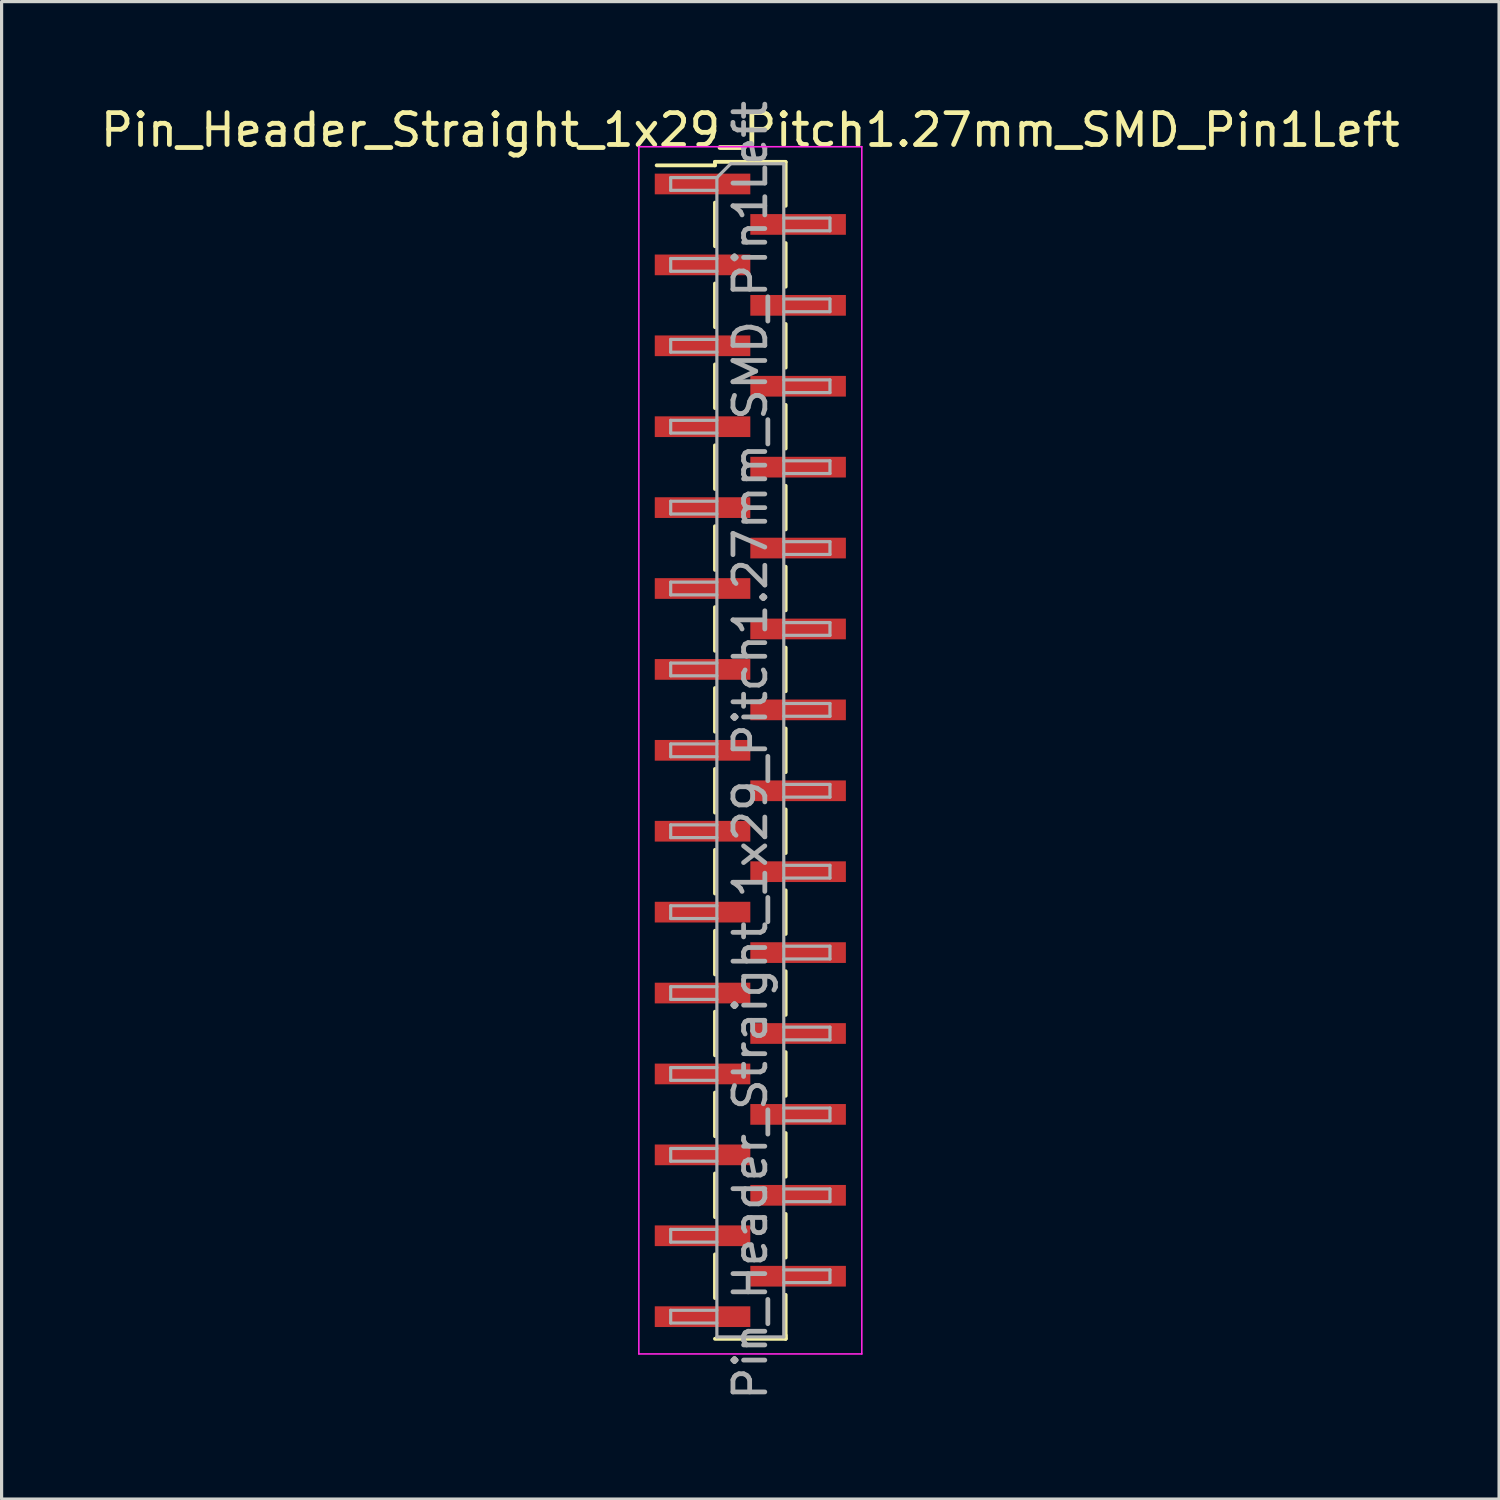
<source format=kicad_pcb>
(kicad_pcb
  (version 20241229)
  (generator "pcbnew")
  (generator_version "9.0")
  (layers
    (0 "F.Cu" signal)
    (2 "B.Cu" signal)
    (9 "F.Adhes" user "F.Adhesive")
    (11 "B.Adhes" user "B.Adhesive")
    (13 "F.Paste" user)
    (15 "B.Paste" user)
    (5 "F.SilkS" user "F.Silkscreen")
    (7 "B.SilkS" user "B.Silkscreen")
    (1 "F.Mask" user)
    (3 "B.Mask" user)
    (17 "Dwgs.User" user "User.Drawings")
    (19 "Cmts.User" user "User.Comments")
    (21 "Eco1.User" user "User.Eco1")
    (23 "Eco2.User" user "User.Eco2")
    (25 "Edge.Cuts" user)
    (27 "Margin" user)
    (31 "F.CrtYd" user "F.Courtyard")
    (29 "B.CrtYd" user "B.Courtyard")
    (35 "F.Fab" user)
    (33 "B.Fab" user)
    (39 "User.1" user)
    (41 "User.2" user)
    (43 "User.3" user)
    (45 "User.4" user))
  (footprint "Pin_Header_Straight_1x29_Pitch1.27mm_SMD_Pin1Left"
    (layer "F.Cu")
    (at 20.506 20.506)
    (property "Reference" "Pin_Header_Straight_1x29_Pitch1.27mm_SMD_Pin1Left" (at 0 -19.475 0) (layer "F.SilkS") (effects (font (size 1 1) (thickness 0.15))))
    (attr smd)
    (fp_line (start -1.11 -18.475) (end -1.11 -18.365) (stroke (width 0.12) (type solid)) (layer "F.SilkS"))
    (fp_line (start -1.11 -18.475) (end 1.11 -18.475) (stroke (width 0.12) (type solid)) (layer "F.SilkS"))
    (fp_line (start -1.11 -18.365) (end -2.94 -18.365) (stroke (width 0.12) (type solid)) (layer "F.SilkS"))
    (fp_line (start -1.11 -17.195) (end -1.11 -15.825) (stroke (width 0.12) (type solid)) (layer "F.SilkS"))
    (fp_line (start -1.11 -14.655) (end -1.11 -13.285) (stroke (width 0.12) (type solid)) (layer "F.SilkS"))
    (fp_line (start -1.11 -12.115) (end -1.11 -10.745) (stroke (width 0.12) (type solid)) (layer "F.SilkS"))
    (fp_line (start -1.11 -9.575) (end -1.11 -8.205) (stroke (width 0.12) (type solid)) (layer "F.SilkS"))
    (fp_line (start -1.11 -7.035) (end -1.11 -5.665) (stroke (width 0.12) (type solid)) (layer "F.SilkS"))
    (fp_line (start -1.11 -4.495) (end -1.11 -3.125) (stroke (width 0.12) (type solid)) (layer "F.SilkS"))
    (fp_line (start -1.11 -1.955) (end -1.11 -0.585) (stroke (width 0.12) (type solid)) (layer "F.SilkS"))
    (fp_line (start -1.11 0.585) (end -1.11 1.955) (stroke (width 0.12) (type solid)) (layer "F.SilkS"))
    (fp_line (start -1.11 3.125) (end -1.11 4.495) (stroke (width 0.12) (type solid)) (layer "F.SilkS"))
    (fp_line (start -1.11 5.665) (end -1.11 7.035) (stroke (width 0.12) (type solid)) (layer "F.SilkS"))
    (fp_line (start -1.11 8.205) (end -1.11 9.575) (stroke (width 0.12) (type solid)) (layer "F.SilkS"))
    (fp_line (start -1.11 10.745) (end -1.11 12.115) (stroke (width 0.12) (type solid)) (layer "F.SilkS"))
    (fp_line (start -1.11 13.285) (end -1.11 14.655) (stroke (width 0.12) (type solid)) (layer "F.SilkS"))
    (fp_line (start -1.11 15.825) (end -1.11 17.195) (stroke (width 0.12) (type solid)) (layer "F.SilkS"))
    (fp_line (start -1.11 18.475) (end 1.11 18.475) (stroke (width 0.12) (type solid)) (layer "F.SilkS"))
    (fp_line (start 1.11 -18.465) (end 1.11 -17.095) (stroke (width 0.12) (type solid)) (layer "F.SilkS"))
    (fp_line (start 1.11 -15.925) (end 1.11 -14.555) (stroke (width 0.12) (type solid)) (layer "F.SilkS"))
    (fp_line (start 1.11 -13.385) (end 1.11 -12.015) (stroke (width 0.12) (type solid)) (layer "F.SilkS"))
    (fp_line (start 1.11 -10.845) (end 1.11 -9.475) (stroke (width 0.12) (type solid)) (layer "F.SilkS"))
    (fp_line (start 1.11 -8.305) (end 1.11 -6.935) (stroke (width 0.12) (type solid)) (layer "F.SilkS"))
    (fp_line (start 1.11 -5.765) (end 1.11 -4.395) (stroke (width 0.12) (type solid)) (layer "F.SilkS"))
    (fp_line (start 1.11 -3.225) (end 1.11 -1.855) (stroke (width 0.12) (type solid)) (layer "F.SilkS"))
    (fp_line (start 1.11 -0.685) (end 1.11 0.685) (stroke (width 0.12) (type solid)) (layer "F.SilkS"))
    (fp_line (start 1.11 1.855) (end 1.11 3.225) (stroke (width 0.12) (type solid)) (layer "F.SilkS"))
    (fp_line (start 1.11 4.395) (end 1.11 5.765) (stroke (width 0.12) (type solid)) (layer "F.SilkS"))
    (fp_line (start 1.11 6.935) (end 1.11 8.305) (stroke (width 0.12) (type solid)) (layer "F.SilkS"))
    (fp_line (start 1.11 9.475) (end 1.11 10.845) (stroke (width 0.12) (type solid)) (layer "F.SilkS"))
    (fp_line (start 1.11 12.015) (end 1.11 13.385) (stroke (width 0.12) (type solid)) (layer "F.SilkS"))
    (fp_line (start 1.11 14.555) (end 1.11 15.925) (stroke (width 0.12) (type solid)) (layer "F.SilkS"))
    (fp_line (start 1.11 17.095) (end 1.11 18.465) (stroke (width 0.12) (type solid)) (layer "F.SilkS"))
    (fp_line (start 1.11 18.365) (end 1.11 18.475) (stroke (width 0.12) (type solid)) (layer "F.SilkS"))
    (fp_line (start -3.5 -18.95) (end -3.5 18.95) (stroke (width 0.05) (type solid)) (layer "F.CrtYd"))
    (fp_line (start -3.5 18.95) (end 3.5 18.95) (stroke (width 0.05) (type solid)) (layer "F.CrtYd"))
    (fp_line (start 3.5 -18.95) (end -3.5 -18.95) (stroke (width 0.05) (type solid)) (layer "F.CrtYd"))
    (fp_line (start 3.5 18.95) (end 3.5 -18.95) (stroke (width 0.05) (type solid)) (layer "F.CrtYd"))
    (fp_line (start -2.5 -17.98) (end -2.5 -17.58) (stroke (width 0.1) (type solid)) (layer "F.Fab"))
    (fp_line (start -2.5 -17.58) (end -1.05 -17.58) (stroke (width 0.1) (type solid)) (layer "F.Fab"))
    (fp_line (start -2.5 -15.44) (end -2.5 -15.04) (stroke (width 0.1) (type solid)) (layer "F.Fab"))
    (fp_line (start -2.5 -15.04) (end -1.05 -15.04) (stroke (width 0.1) (type solid)) (layer "F.Fab"))
    (fp_line (start -2.5 -12.9) (end -2.5 -12.5) (stroke (width 0.1) (type solid)) (layer "F.Fab"))
    (fp_line (start -2.5 -12.5) (end -1.05 -12.5) (stroke (width 0.1) (type solid)) (layer "F.Fab"))
    (fp_line (start -2.5 -10.36) (end -2.5 -9.96) (stroke (width 0.1) (type solid)) (layer "F.Fab"))
    (fp_line (start -2.5 -9.96) (end -1.05 -9.96) (stroke (width 0.1) (type solid)) (layer "F.Fab"))
    (fp_line (start -2.5 -7.82) (end -2.5 -7.42) (stroke (width 0.1) (type solid)) (layer "F.Fab"))
    (fp_line (start -2.5 -7.42) (end -1.05 -7.42) (stroke (width 0.1) (type solid)) (layer "F.Fab"))
    (fp_line (start -2.5 -5.28) (end -2.5 -4.88) (stroke (width 0.1) (type solid)) (layer "F.Fab"))
    (fp_line (start -2.5 -4.88) (end -1.05 -4.88) (stroke (width 0.1) (type solid)) (layer "F.Fab"))
    (fp_line (start -2.5 -2.74) (end -2.5 -2.34) (stroke (width 0.1) (type solid)) (layer "F.Fab"))
    (fp_line (start -2.5 -2.34) (end -1.05 -2.34) (stroke (width 0.1) (type solid)) (layer "F.Fab"))
    (fp_line (start -2.5 -0.2) (end -2.5 0.2) (stroke (width 0.1) (type solid)) (layer "F.Fab"))
    (fp_line (start -2.5 0.2) (end -1.05 0.2) (stroke (width 0.1) (type solid)) (layer "F.Fab"))
    (fp_line (start -2.5 2.34) (end -2.5 2.74) (stroke (width 0.1) (type solid)) (layer "F.Fab"))
    (fp_line (start -2.5 2.74) (end -1.05 2.74) (stroke (width 0.1) (type solid)) (layer "F.Fab"))
    (fp_line (start -2.5 4.88) (end -2.5 5.28) (stroke (width 0.1) (type solid)) (layer "F.Fab"))
    (fp_line (start -2.5 5.28) (end -1.05 5.28) (stroke (width 0.1) (type solid)) (layer "F.Fab"))
    (fp_line (start -2.5 7.42) (end -2.5 7.82) (stroke (width 0.1) (type solid)) (layer "F.Fab"))
    (fp_line (start -2.5 7.82) (end -1.05 7.82) (stroke (width 0.1) (type solid)) (layer "F.Fab"))
    (fp_line (start -2.5 9.96) (end -2.5 10.36) (stroke (width 0.1) (type solid)) (layer "F.Fab"))
    (fp_line (start -2.5 10.36) (end -1.05 10.36) (stroke (width 0.1) (type solid)) (layer "F.Fab"))
    (fp_line (start -2.5 12.5) (end -2.5 12.9) (stroke (width 0.1) (type solid)) (layer "F.Fab"))
    (fp_line (start -2.5 12.9) (end -1.05 12.9) (stroke (width 0.1) (type solid)) (layer "F.Fab"))
    (fp_line (start -2.5 15.04) (end -2.5 15.44) (stroke (width 0.1) (type solid)) (layer "F.Fab"))
    (fp_line (start -2.5 15.44) (end -1.05 15.44) (stroke (width 0.1) (type solid)) (layer "F.Fab"))
    (fp_line (start -2.5 17.58) (end -2.5 17.98) (stroke (width 0.1) (type solid)) (layer "F.Fab"))
    (fp_line (start -2.5 17.98) (end -1.05 17.98) (stroke (width 0.1) (type solid)) (layer "F.Fab"))
    (fp_line (start -1.05 -17.98) (end -2.5 -17.98) (stroke (width 0.1) (type solid)) (layer "F.Fab"))
    (fp_line (start -1.05 -17.98) (end -0.615 -18.415) (stroke (width 0.1) (type solid)) (layer "F.Fab"))
    (fp_line (start -1.05 -15.44) (end -2.5 -15.44) (stroke (width 0.1) (type solid)) (layer "F.Fab"))
    (fp_line (start -1.05 -12.9) (end -2.5 -12.9) (stroke (width 0.1) (type solid)) (layer "F.Fab"))
    (fp_line (start -1.05 -10.36) (end -2.5 -10.36) (stroke (width 0.1) (type solid)) (layer "F.Fab"))
    (fp_line (start -1.05 -7.82) (end -2.5 -7.82) (stroke (width 0.1) (type solid)) (layer "F.Fab"))
    (fp_line (start -1.05 -5.28) (end -2.5 -5.28) (stroke (width 0.1) (type solid)) (layer "F.Fab"))
    (fp_line (start -1.05 -2.74) (end -2.5 -2.74) (stroke (width 0.1) (type solid)) (layer "F.Fab"))
    (fp_line (start -1.05 -0.2) (end -2.5 -0.2) (stroke (width 0.1) (type solid)) (layer "F.Fab"))
    (fp_line (start -1.05 2.34) (end -2.5 2.34) (stroke (width 0.1) (type solid)) (layer "F.Fab"))
    (fp_line (start -1.05 4.88) (end -2.5 4.88) (stroke (width 0.1) (type solid)) (layer "F.Fab"))
    (fp_line (start -1.05 7.42) (end -2.5 7.42) (stroke (width 0.1) (type solid)) (layer "F.Fab"))
    (fp_line (start -1.05 9.96) (end -2.5 9.96) (stroke (width 0.1) (type solid)) (layer "F.Fab"))
    (fp_line (start -1.05 12.5) (end -2.5 12.5) (stroke (width 0.1) (type solid)) (layer "F.Fab"))
    (fp_line (start -1.05 15.04) (end -2.5 15.04) (stroke (width 0.1) (type solid)) (layer "F.Fab"))
    (fp_line (start -1.05 17.58) (end -2.5 17.58) (stroke (width 0.1) (type solid)) (layer "F.Fab"))
    (fp_line (start -1.05 18.415) (end -1.05 -17.98) (stroke (width 0.1) (type solid)) (layer "F.Fab"))
    (fp_line (start -0.615 -18.415) (end 1.05 -18.415) (stroke (width 0.1) (type solid)) (layer "F.Fab"))
    (fp_line (start 1.05 -18.415) (end 1.05 18.415) (stroke (width 0.1) (type solid)) (layer "F.Fab"))
    (fp_line (start 1.05 -16.71) (end 2.5 -16.71) (stroke (width 0.1) (type solid)) (layer "F.Fab"))
    (fp_line (start 1.05 -14.17) (end 2.5 -14.17) (stroke (width 0.1) (type solid)) (layer "F.Fab"))
    (fp_line (start 1.05 -11.63) (end 2.5 -11.63) (stroke (width 0.1) (type solid)) (layer "F.Fab"))
    (fp_line (start 1.05 -9.09) (end 2.5 -9.09) (stroke (width 0.1) (type solid)) (layer "F.Fab"))
    (fp_line (start 1.05 -6.55) (end 2.5 -6.55) (stroke (width 0.1) (type solid)) (layer "F.Fab"))
    (fp_line (start 1.05 -4.01) (end 2.5 -4.01) (stroke (width 0.1) (type solid)) (layer "F.Fab"))
    (fp_line (start 1.05 -1.47) (end 2.5 -1.47) (stroke (width 0.1) (type solid)) (layer "F.Fab"))
    (fp_line (start 1.05 1.07) (end 2.5 1.07) (stroke (width 0.1) (type solid)) (layer "F.Fab"))
    (fp_line (start 1.05 3.61) (end 2.5 3.61) (stroke (width 0.1) (type solid)) (layer "F.Fab"))
    (fp_line (start 1.05 6.15) (end 2.5 6.15) (stroke (width 0.1) (type solid)) (layer "F.Fab"))
    (fp_line (start 1.05 8.69) (end 2.5 8.69) (stroke (width 0.1) (type solid)) (layer "F.Fab"))
    (fp_line (start 1.05 11.23) (end 2.5 11.23) (stroke (width 0.1) (type solid)) (layer "F.Fab"))
    (fp_line (start 1.05 13.77) (end 2.5 13.77) (stroke (width 0.1) (type solid)) (layer "F.Fab"))
    (fp_line (start 1.05 16.31) (end 2.5 16.31) (stroke (width 0.1) (type solid)) (layer "F.Fab"))
    (fp_line (start 1.05 18.415) (end -1.05 18.415) (stroke (width 0.1) (type solid)) (layer "F.Fab"))
    (fp_line (start 2.5 -16.71) (end 2.5 -16.31) (stroke (width 0.1) (type solid)) (layer "F.Fab"))
    (fp_line (start 2.5 -16.31) (end 1.05 -16.31) (stroke (width 0.1) (type solid)) (layer "F.Fab"))
    (fp_line (start 2.5 -14.17) (end 2.5 -13.77) (stroke (width 0.1) (type solid)) (layer "F.Fab"))
    (fp_line (start 2.5 -13.77) (end 1.05 -13.77) (stroke (width 0.1) (type solid)) (layer "F.Fab"))
    (fp_line (start 2.5 -11.63) (end 2.5 -11.23) (stroke (width 0.1) (type solid)) (layer "F.Fab"))
    (fp_line (start 2.5 -11.23) (end 1.05 -11.23) (stroke (width 0.1) (type solid)) (layer "F.Fab"))
    (fp_line (start 2.5 -9.09) (end 2.5 -8.69) (stroke (width 0.1) (type solid)) (layer "F.Fab"))
    (fp_line (start 2.5 -8.69) (end 1.05 -8.69) (stroke (width 0.1) (type solid)) (layer "F.Fab"))
    (fp_line (start 2.5 -6.55) (end 2.5 -6.15) (stroke (width 0.1) (type solid)) (layer "F.Fab"))
    (fp_line (start 2.5 -6.15) (end 1.05 -6.15) (stroke (width 0.1) (type solid)) (layer "F.Fab"))
    (fp_line (start 2.5 -4.01) (end 2.5 -3.61) (stroke (width 0.1) (type solid)) (layer "F.Fab"))
    (fp_line (start 2.5 -3.61) (end 1.05 -3.61) (stroke (width 0.1) (type solid)) (layer "F.Fab"))
    (fp_line (start 2.5 -1.47) (end 2.5 -1.07) (stroke (width 0.1) (type solid)) (layer "F.Fab"))
    (fp_line (start 2.5 -1.07) (end 1.05 -1.07) (stroke (width 0.1) (type solid)) (layer "F.Fab"))
    (fp_line (start 2.5 1.07) (end 2.5 1.47) (stroke (width 0.1) (type solid)) (layer "F.Fab"))
    (fp_line (start 2.5 1.47) (end 1.05 1.47) (stroke (width 0.1) (type solid)) (layer "F.Fab"))
    (fp_line (start 2.5 3.61) (end 2.5 4.01) (stroke (width 0.1) (type solid)) (layer "F.Fab"))
    (fp_line (start 2.5 4.01) (end 1.05 4.01) (stroke (width 0.1) (type solid)) (layer "F.Fab"))
    (fp_line (start 2.5 6.15) (end 2.5 6.55) (stroke (width 0.1) (type solid)) (layer "F.Fab"))
    (fp_line (start 2.5 6.55) (end 1.05 6.55) (stroke (width 0.1) (type solid)) (layer "F.Fab"))
    (fp_line (start 2.5 8.69) (end 2.5 9.09) (stroke (width 0.1) (type solid)) (layer "F.Fab"))
    (fp_line (start 2.5 9.09) (end 1.05 9.09) (stroke (width 0.1) (type solid)) (layer "F.Fab"))
    (fp_line (start 2.5 11.23) (end 2.5 11.63) (stroke (width 0.1) (type solid)) (layer "F.Fab"))
    (fp_line (start 2.5 11.63) (end 1.05 11.63) (stroke (width 0.1) (type solid)) (layer "F.Fab"))
    (fp_line (start 2.5 13.77) (end 2.5 14.17) (stroke (width 0.1) (type solid)) (layer "F.Fab"))
    (fp_line (start 2.5 14.17) (end 1.05 14.17) (stroke (width 0.1) (type solid)) (layer "F.Fab"))
    (fp_line (start 2.5 16.31) (end 2.5 16.71) (stroke (width 0.1) (type solid)) (layer "F.Fab"))
    (fp_line (start 2.5 16.71) (end 1.05 16.71) (stroke (width 0.1) (type solid)) (layer "F.Fab"))
    (fp_text user "${REFERENCE}" (at 0 0 90) (layer "F.Fab") (effects (font (size 1 1) (thickness 0.15))))
    (pad "1" smd rect (at -1.5 -17.78) (size 3 0.65) (layers "F.Cu" "F.Mask" "F.Paste"))
    (pad "2" smd rect (at 1.5 -16.51) (size 3 0.65) (layers "F.Cu" "F.Mask" "F.Paste"))
    (pad "3" smd rect (at -1.5 -15.24) (size 3 0.65) (layers "F.Cu" "F.Mask" "F.Paste"))
    (pad "4" smd rect (at 1.5 -13.97) (size 3 0.65) (layers "F.Cu" "F.Mask" "F.Paste"))
    (pad "5" smd rect (at -1.5 -12.7) (size 3 0.65) (layers "F.Cu" "F.Mask" "F.Paste"))
    (pad "6" smd rect (at 1.5 -11.43) (size 3 0.65) (layers "F.Cu" "F.Mask" "F.Paste"))
    (pad "7" smd rect (at -1.5 -10.16) (size 3 0.65) (layers "F.Cu" "F.Mask" "F.Paste"))
    (pad "8" smd rect (at 1.5 -8.89) (size 3 0.65) (layers "F.Cu" "F.Mask" "F.Paste"))
    (pad "9" smd rect (at -1.5 -7.62) (size 3 0.65) (layers "F.Cu" "F.Mask" "F.Paste"))
    (pad "10" smd rect (at 1.5 -6.35) (size 3 0.65) (layers "F.Cu" "F.Mask" "F.Paste"))
    (pad "11" smd rect (at -1.5 -5.08) (size 3 0.65) (layers "F.Cu" "F.Mask" "F.Paste"))
    (pad "12" smd rect (at 1.5 -3.81) (size 3 0.65) (layers "F.Cu" "F.Mask" "F.Paste"))
    (pad "13" smd rect (at -1.5 -2.54) (size 3 0.65) (layers "F.Cu" "F.Mask" "F.Paste"))
    (pad "14" smd rect (at 1.5 -1.27) (size 3 0.65) (layers "F.Cu" "F.Mask" "F.Paste"))
    (pad "15" smd rect (at -1.5 0) (size 3 0.65) (layers "F.Cu" "F.Mask" "F.Paste"))
    (pad "16" smd rect (at 1.5 1.27) (size 3 0.65) (layers "F.Cu" "F.Mask" "F.Paste"))
    (pad "17" smd rect (at -1.5 2.54) (size 3 0.65) (layers "F.Cu" "F.Mask" "F.Paste"))
    (pad "18" smd rect (at 1.5 3.81) (size 3 0.65) (layers "F.Cu" "F.Mask" "F.Paste"))
    (pad "19" smd rect (at -1.5 5.08) (size 3 0.65) (layers "F.Cu" "F.Mask" "F.Paste"))
    (pad "20" smd rect (at 1.5 6.35) (size 3 0.65) (layers "F.Cu" "F.Mask" "F.Paste"))
    (pad "21" smd rect (at -1.5 7.62) (size 3 0.65) (layers "F.Cu" "F.Mask" "F.Paste"))
    (pad "22" smd rect (at 1.5 8.89) (size 3 0.65) (layers "F.Cu" "F.Mask" "F.Paste"))
    (pad "23" smd rect (at -1.5 10.16) (size 3 0.65) (layers "F.Cu" "F.Mask" "F.Paste"))
    (pad "24" smd rect (at 1.5 11.43) (size 3 0.65) (layers "F.Cu" "F.Mask" "F.Paste"))
    (pad "25" smd rect (at -1.5 12.7) (size 3 0.65) (layers "F.Cu" "F.Mask" "F.Paste"))
    (pad "26" smd rect (at 1.5 13.97) (size 3 0.65) (layers "F.Cu" "F.Mask" "F.Paste"))
    (pad "27" smd rect (at -1.5 15.24) (size 3 0.65) (layers "F.Cu" "F.Mask" "F.Paste"))
    (pad "28" smd rect (at 1.5 16.51) (size 3 0.65) (layers "F.Cu" "F.Mask" "F.Paste"))
    (pad "29" smd rect (at -1.5 17.78) (size 3 0.65) (layers "F.Cu" "F.Mask" "F.Paste")))
  (gr_rect
    (start -3 -3)
    (end 44.012 44.012)
    (stroke (width 0.1) (type default))
    (fill no)
    (layer "Edge.Cuts")))
</source>
